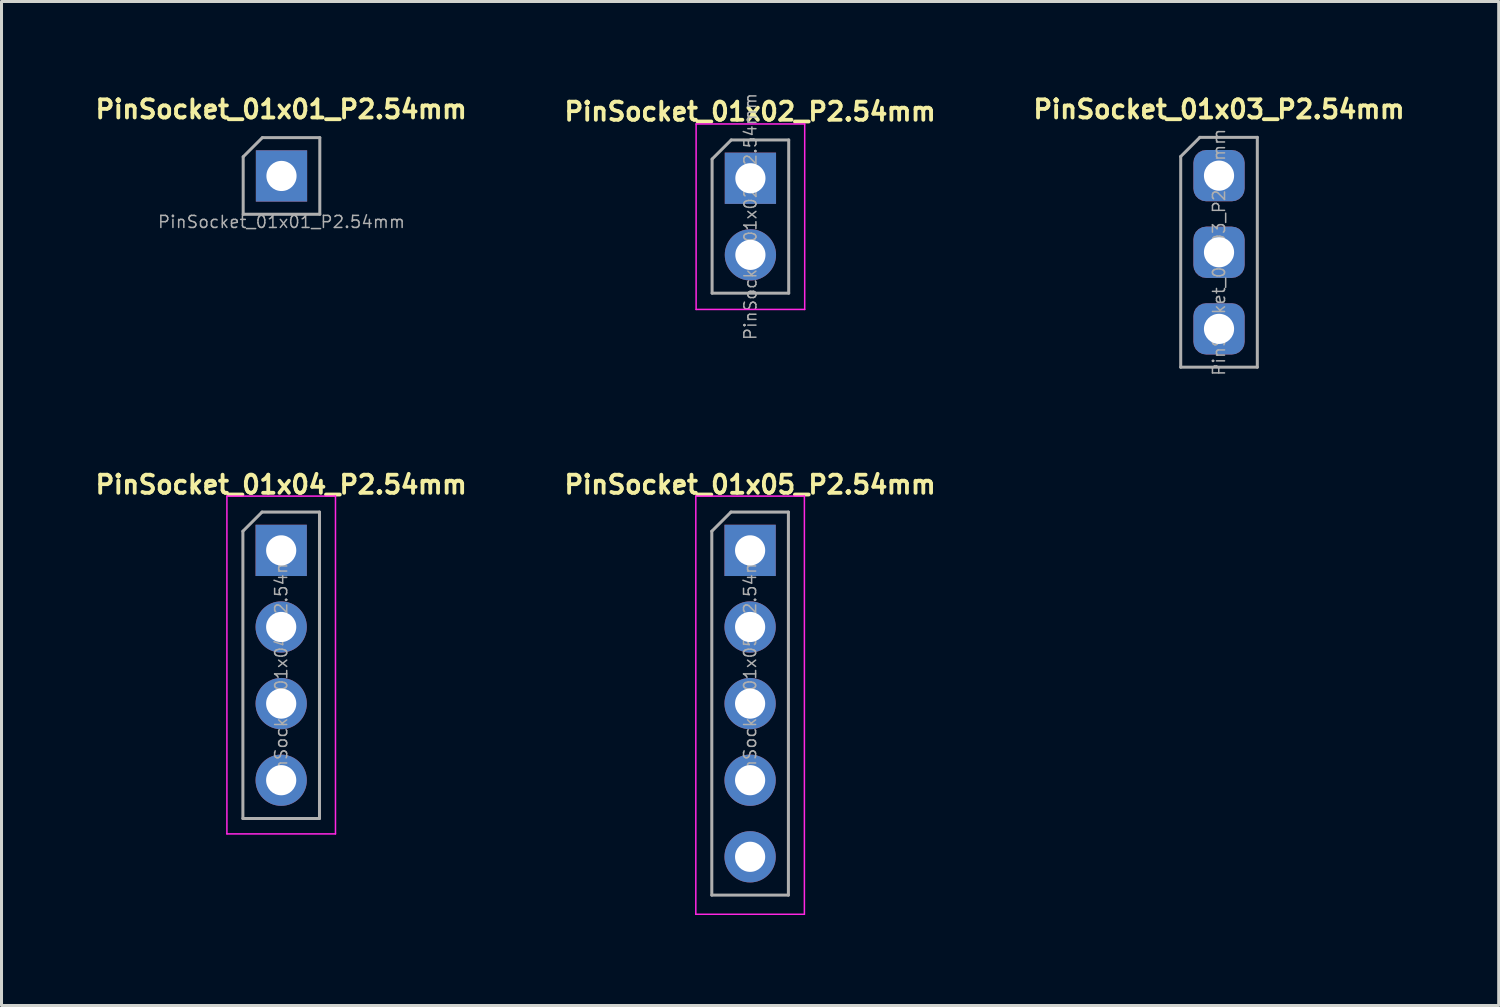
<source format=kicad_pcb>
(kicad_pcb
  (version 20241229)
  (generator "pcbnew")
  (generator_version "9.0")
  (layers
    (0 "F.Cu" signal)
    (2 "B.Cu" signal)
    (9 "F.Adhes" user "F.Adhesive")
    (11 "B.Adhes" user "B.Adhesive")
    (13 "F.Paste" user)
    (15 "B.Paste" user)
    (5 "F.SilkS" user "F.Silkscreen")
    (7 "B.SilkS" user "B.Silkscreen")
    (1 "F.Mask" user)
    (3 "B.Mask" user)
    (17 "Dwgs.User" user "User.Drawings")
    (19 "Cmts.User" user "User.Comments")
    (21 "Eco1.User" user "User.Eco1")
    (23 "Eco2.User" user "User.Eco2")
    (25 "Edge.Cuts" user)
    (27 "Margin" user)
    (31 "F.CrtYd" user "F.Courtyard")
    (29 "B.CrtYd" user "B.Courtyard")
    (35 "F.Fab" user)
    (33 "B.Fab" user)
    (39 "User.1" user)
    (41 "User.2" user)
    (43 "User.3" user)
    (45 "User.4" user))
  (footprint "PinSocket_01x05_P2.54mm"
    (layer "F.Cu")
    (at 21.82 20.278)
    (property "Reference" "PinSocket_01x05_P2.54mm" (at 0 -7.26 0) (layer "F.SilkS") (effects (font (size 0.6 0.6) (thickness 0.127))))
    (attr through_hole)
    (fp_line (start -1.8 -6.88) (end -1.8 6.985) (stroke (width 0.05) (type solid)) (layer "F.CrtYd"))
    (fp_line (start -1.8 6.985) (end 1.8 6.985) (stroke (width 0.05) (type solid)) (layer "F.CrtYd"))
    (fp_line (start 1.8 -6.88) (end -1.8 -6.88) (stroke (width 0.05) (type solid)) (layer "F.CrtYd"))
    (fp_line (start 1.8 6.985) (end 1.8 -6.88) (stroke (width 0.05) (type solid)) (layer "F.CrtYd"))
    (fp_line (start -1.27 -5.715) (end -0.635 -6.35) (stroke (width 0.1) (type solid)) (layer "F.Fab"))
    (fp_line (start -1.27 6.35) (end -1.27 -5.715) (stroke (width 0.1) (type solid)) (layer "F.Fab"))
    (fp_line (start -0.635 -6.35) (end 1.27 -6.35) (stroke (width 0.1) (type solid)) (layer "F.Fab"))
    (fp_line (start 1.27 -6.35) (end 1.27 6.35) (stroke (width 0.1) (type solid)) (layer "F.Fab"))
    (fp_line (start 1.27 6.35) (end -1.27 6.35) (stroke (width 0.1) (type solid)) (layer "F.Fab"))
    (fp_text user "${REFERENCE}" (at 0 -1.27 90) (layer "F.Fab") (effects (font (size 0.4 0.4) (thickness 0.05))))
    (pad "1" thru_hole rect (at 0 -5.08) (size 1.7 1.7) (drill 1) (layers "*.Cu" "*.Mask"))
    (pad "2" thru_hole oval (at 0 -2.54) (size 1.7 1.7) (drill 1) (layers "*.Cu" "*.Mask"))
    (pad "3" thru_hole oval (at 0 0) (size 1.7 1.7) (drill 1) (layers "*.Cu" "*.Mask"))
    (pad "4" thru_hole oval (at 0 2.54) (size 1.7 1.7) (drill 1) (layers "*.Cu" "*.Mask"))
    (pad "5" thru_hole oval (at 0 5.08) (size 1.7 1.7) (drill 1) (layers "*.Cu" "*.Mask")))
  (footprint "PinSocket_01x02_P2.54mm"
    (layer "F.Cu")
    (at 21.83 4.13)
    (property "Reference" "PinSocket_01x02_P2.54mm" (at -0.01 -3.48 0) (layer "F.SilkS") (effects (font (size 0.6 0.6) (thickness 0.127))))
    (attr through_hole)
    (fp_line (start -1.8 -3.07) (end -1.8 3.08) (stroke (width 0.05) (type solid)) (layer "F.CrtYd"))
    (fp_line (start -1.8 3.08) (end 1.8 3.08) (stroke (width 0.05) (type solid)) (layer "F.CrtYd"))
    (fp_line (start 1.8 -3.07) (end -1.8 -3.07) (stroke (width 0.05) (type solid)) (layer "F.CrtYd"))
    (fp_line (start 1.8 3.08) (end 1.8 -3.07) (stroke (width 0.05) (type solid)) (layer "F.CrtYd"))
    (fp_line (start -1.27 -1.905) (end -0.635 -2.54) (stroke (width 0.1) (type solid)) (layer "F.Fab"))
    (fp_line (start -1.27 2.54) (end -1.27 -1.905) (stroke (width 0.1) (type solid)) (layer "F.Fab"))
    (fp_line (start -0.635 -2.54) (end 1.27 -2.54) (stroke (width 0.1) (type solid)) (layer "F.Fab"))
    (fp_line (start 1.27 -2.54) (end 1.27 2.54) (stroke (width 0.1) (type solid)) (layer "F.Fab"))
    (fp_line (start 1.27 2.54) (end -1.27 2.54) (stroke (width 0.1) (type solid)) (layer "F.Fab"))
    (fp_text user "${REFERENCE}" (at 0 0 90) (layer "F.Fab") (effects (font (size 0.4 0.4) (thickness 0.05))))
    (pad "1" thru_hole rect (at 0 -1.27) (size 1.7 1.7) (drill 1) (layers "*.Cu" "*.Mask"))
    (pad "2" thru_hole oval (at 0 1.27) (size 1.7 1.7) (drill 1) (layers "*.Cu" "*.Mask")))
  (footprint "PinSocket_01x04_P2.54mm"
    (layer "F.Cu")
    (at 6.273 19.008)
    (property "Reference" "PinSocket_01x04_P2.54mm" (at 0 -5.99 0) (layer "F.SilkS") (effects (font (size 0.6 0.6) (thickness 0.127))))
    (attr through_hole)
    (fp_line (start -1.8 -5.61) (end -1.8 5.59) (stroke (width 0.05) (type solid)) (layer "F.CrtYd"))
    (fp_line (start -1.8 5.59) (end 1.8 5.59) (stroke (width 0.05) (type solid)) (layer "F.CrtYd"))
    (fp_line (start 1.8 -5.61) (end -1.8 -5.61) (stroke (width 0.05) (type solid)) (layer "F.CrtYd"))
    (fp_line (start 1.8 5.59) (end 1.8 -5.61) (stroke (width 0.05) (type solid)) (layer "F.CrtYd"))
    (fp_line (start -1.27 -4.445) (end -0.635 -5.08) (stroke (width 0.1) (type solid)) (layer "F.Fab"))
    (fp_line (start -1.27 5.08) (end -1.27 -4.445) (stroke (width 0.1) (type solid)) (layer "F.Fab"))
    (fp_line (start -0.635 -5.08) (end 1.27 -5.08) (stroke (width 0.1) (type solid)) (layer "F.Fab"))
    (fp_line (start 1.27 -5.08) (end 1.27 5.08) (stroke (width 0.1) (type solid)) (layer "F.Fab"))
    (fp_line (start 1.27 5.08) (end -1.27 5.08) (stroke (width 0.1) (type solid)) (layer "F.Fab"))
    (fp_text user "${REFERENCE}" (at 0 0 90) (layer "F.Fab") (effects (font (size 0.4 0.4) (thickness 0.05))))
    (pad "1" thru_hole rect (at 0 -3.81) (size 1.7 1.7) (drill 1) (layers "*.Cu" "*.Mask"))
    (pad "2" thru_hole oval (at 0 -1.27) (size 1.7 1.7) (drill 1) (layers "*.Cu" "*.Mask"))
    (pad "3" thru_hole oval (at 0 1.27) (size 1.7 1.7) (drill 1) (layers "*.Cu" "*.Mask"))
    (pad "4" thru_hole oval (at 0 3.81) (size 1.7 1.7) (drill 1) (layers "*.Cu" "*.Mask")))
  (footprint "PinSocket_01x03_P2.54mm"
    (layer "F.Cu")
    (at 37.367 5.314)
    (property "Reference" "PinSocket_01x03_P2.54mm" (at 0 -4.74 0) (layer "F.SilkS") (effects (font (size 0.6 0.6) (thickness 0.127))))
    (attr through_hole)
    (fp_line (start -1.27 -3.175) (end -0.635 -3.81) (stroke (width 0.1) (type solid)) (layer "F.Fab"))
    (fp_line (start -1.27 3.81) (end -1.27 -3.175) (stroke (width 0.1) (type solid)) (layer "F.Fab"))
    (fp_line (start -0.635 -3.81) (end 1.27 -3.81) (stroke (width 0.1) (type solid)) (layer "F.Fab"))
    (fp_line (start 1.27 -3.81) (end 1.27 3.81) (stroke (width 0.1) (type solid)) (layer "F.Fab"))
    (fp_line (start 1.27 3.81) (end -1.27 3.81) (stroke (width 0.1) (type solid)) (layer "F.Fab"))
    (fp_text user "${REFERENCE}" (at 0 0 90) (layer "F.Fab") (effects (font (size 0.4 0.4) (thickness 0.05))))
    (pad "1" thru_hole roundrect (at 0 -2.54) (size 1.7 1.7) (drill 1) (layers "*.Cu" "*.Mask") (roundrect_rratio 0.25))
    (pad "2" thru_hole roundrect (at 0 0) (size 1.7 1.7) (drill 1) (layers "*.Cu" "*.Mask") (roundrect_rratio 0.25))
    (pad "3" thru_hole roundrect (at 0 2.54) (size 1.7 1.7) (drill 1) (layers "*.Cu" "*.Mask") (roundrect_rratio 0.25)))
  (footprint "PinSocket_01x01_P2.54mm"
    (layer "F.Cu")
    (at 6.283 2.784)
    (property "Reference" "PinSocket_01x01_P2.54mm" (at -0.01 -2.21 0) (layer "F.SilkS") (effects (font (size 0.6 0.6) (thickness 0.127))))
    (attr through_hole)
    (fp_line (start -1.27 -0.635) (end -0.635 -1.27) (stroke (width 0.1) (type solid)) (layer "F.Fab"))
    (fp_line (start -1.27 1.27) (end -1.27 -0.635) (stroke (width 0.1) (type solid)) (layer "F.Fab"))
    (fp_line (start -0.635 -1.27) (end 1.27 -1.27) (stroke (width 0.1) (type solid)) (layer "F.Fab"))
    (fp_line (start 1.27 -1.27) (end 1.27 1.27) (stroke (width 0.1) (type solid)) (layer "F.Fab"))
    (fp_line (start 1.27 1.27) (end -1.27 1.27) (stroke (width 0.1) (type solid)) (layer "F.Fab"))
    (fp_text user "${REFERENCE}" (at 0 1.524 180) (layer "F.Fab") (effects (font (size 0.4 0.4) (thickness 0.05))))
    (pad "1" thru_hole rect (at 0 0) (size 1.7 1.7) (drill 1) (layers "*.Cu" "*.Mask")))
  (gr_rect
    (start -3 -3)
    (end 46.64 30.288)
    (stroke (width 0.1) (type default))
    (fill no)
    (layer "Edge.Cuts")))
</source>
